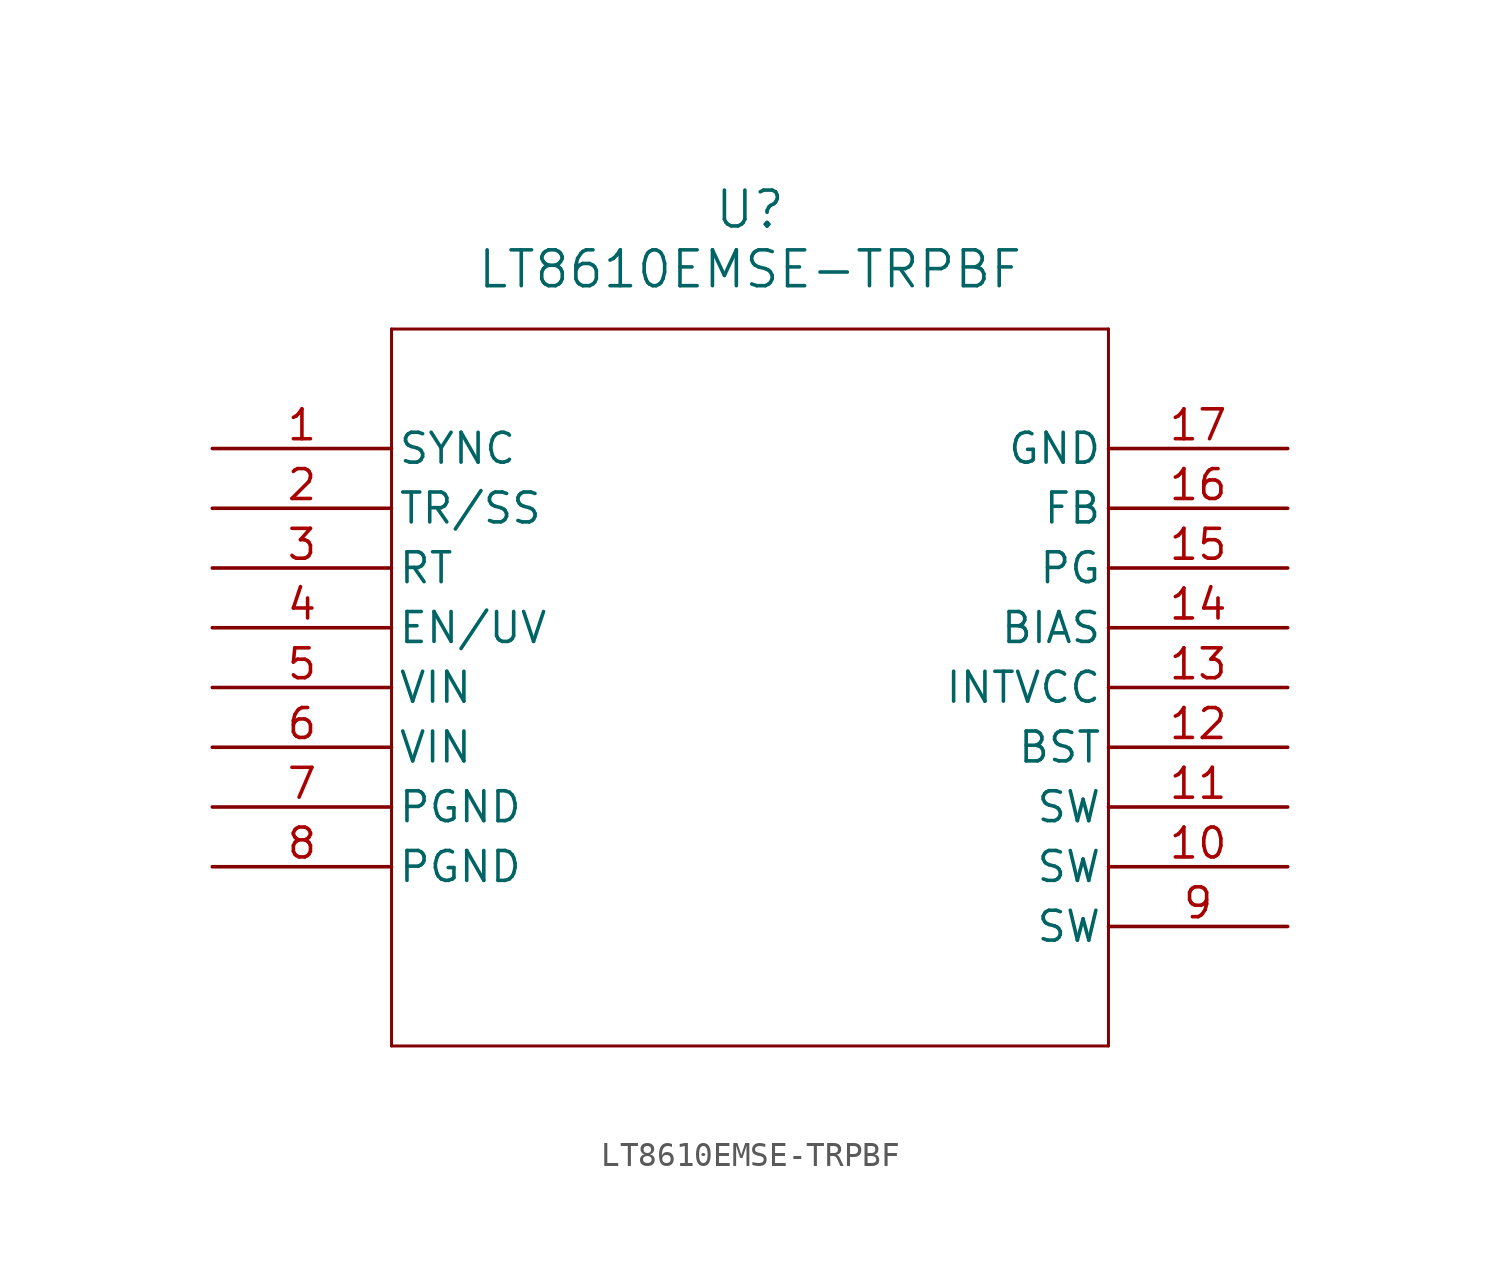
<source format=kicad_sym>
(kicad_symbol_lib
  (version 20211014)
  (generator kicad_symbol_editor)
  (symbol "LT8610EMSE-TRPBF"
    (pin_names
      (offset 0.254))
    (property "Reference" "U"
      (at 22.86 10.16 0)
      (effects (font (size 1.524 1.524))))
    (property "Value" "LT8610EMSE-TRPBF"
      (at 22.86 7.62 0)
      (effects (font (size 1.524 1.524))))
    (symbol "LT8610EMSE-TRPBF_0_1"
      (polyline (pts (xy 7.62 5.08) (xy 7.62 -25.4)) (stroke (width 0.127) (type default) (color 0 0 0 0)) (fill (type none)))
      (polyline (pts (xy 7.62 -25.4) (xy 38.1 -25.4)) (stroke (width 0.127) (type default) (color 0 0 0 0)) (fill (type none)))
      (polyline (pts (xy 38.1 -25.4) (xy 38.1 5.08)) (stroke (width 0.127) (type default) (color 0 0 0 0)) (fill (type none)))
      (polyline (pts (xy 38.1 5.08) (xy 7.62 5.08)) (stroke (width 0.127) (type default) (color 0 0 0 0)) (fill (type none)))
      (pin input line (at 0 0 0) (length 7.62) (name "SYNC" (effects (font (size 1.27 1.27)))) (number "1" (effects (font (size 1.27 1.27)))))
      (pin unspecified line (at 0 -2.54 0) (length 7.62) (name "TR/SS" (effects (font (size 1.27 1.27)))) (number "2" (effects (font (size 1.27 1.27)))))
      (pin unspecified line (at 0 -5.08 0) (length 7.62) (name "RT" (effects (font (size 1.27 1.27)))) (number "3" (effects (font (size 1.27 1.27)))))
      (pin input line (at 0 -7.62 0) (length 7.62) (name "EN/UV" (effects (font (size 1.27 1.27)))) (number "4" (effects (font (size 1.27 1.27)))))
      (pin power_in line (at 0 -10.16 0) (length 7.62) (name "VIN" (effects (font (size 1.27 1.27)))) (number "5" (effects (font (size 1.27 1.27)))))
      (pin power_in line (at 0 -12.7 0) (length 7.62) (name "VIN" (effects (font (size 1.27 1.27)))) (number "6" (effects (font (size 1.27 1.27)))))
      (pin power_out line (at 0 -15.24 0) (length 7.62) (name "PGND" (effects (font (size 1.27 1.27)))) (number "7" (effects (font (size 1.27 1.27)))))
      (pin power_out line (at 0 -17.78 0) (length 7.62) (name "PGND" (effects (font (size 1.27 1.27)))) (number "8" (effects (font (size 1.27 1.27)))))
      (pin power_in line (at 45.72 -20.32 180) (length 7.62) (name "SW" (effects (font (size 1.27 1.27)))) (number "9" (effects (font (size 1.27 1.27)))))
      (pin power_in line (at 45.72 -17.78 180) (length 7.62) (name "SW" (effects (font (size 1.27 1.27)))) (number "10" (effects (font (size 1.27 1.27)))))
      (pin power_in line (at 45.72 -15.24 180) (length 7.62) (name "SW" (effects (font (size 1.27 1.27)))) (number "11" (effects (font (size 1.27 1.27)))))
      (pin power_in line (at 45.72 -12.7 180) (length 7.62) (name "BST" (effects (font (size 1.27 1.27)))) (number "12" (effects (font (size 1.27 1.27)))))
      (pin power_in line (at 45.72 -10.16 180) (length 7.62) (name "INTVCC" (effects (font (size 1.27 1.27)))) (number "13" (effects (font (size 1.27 1.27)))))
      (pin power_in line (at 45.72 -7.62 180) (length 7.62) (name "BIAS" (effects (font (size 1.27 1.27)))) (number "14" (effects (font (size 1.27 1.27)))))
      (pin output line (at 45.72 -5.08 180) (length 7.62) (name "PG" (effects (font (size 1.27 1.27)))) (number "15" (effects (font (size 1.27 1.27)))))
      (pin input line (at 45.72 -2.54 180) (length 7.62) (name "FB" (effects (font (size 1.27 1.27)))) (number "16" (effects (font (size 1.27 1.27)))))
      (pin power_out line (at 45.72 0 180) (length 7.62) (name "GND" (effects (font (size 1.27 1.27)))) (number "17" (effects (font (size 1.27 1.27))))))))
</source>
